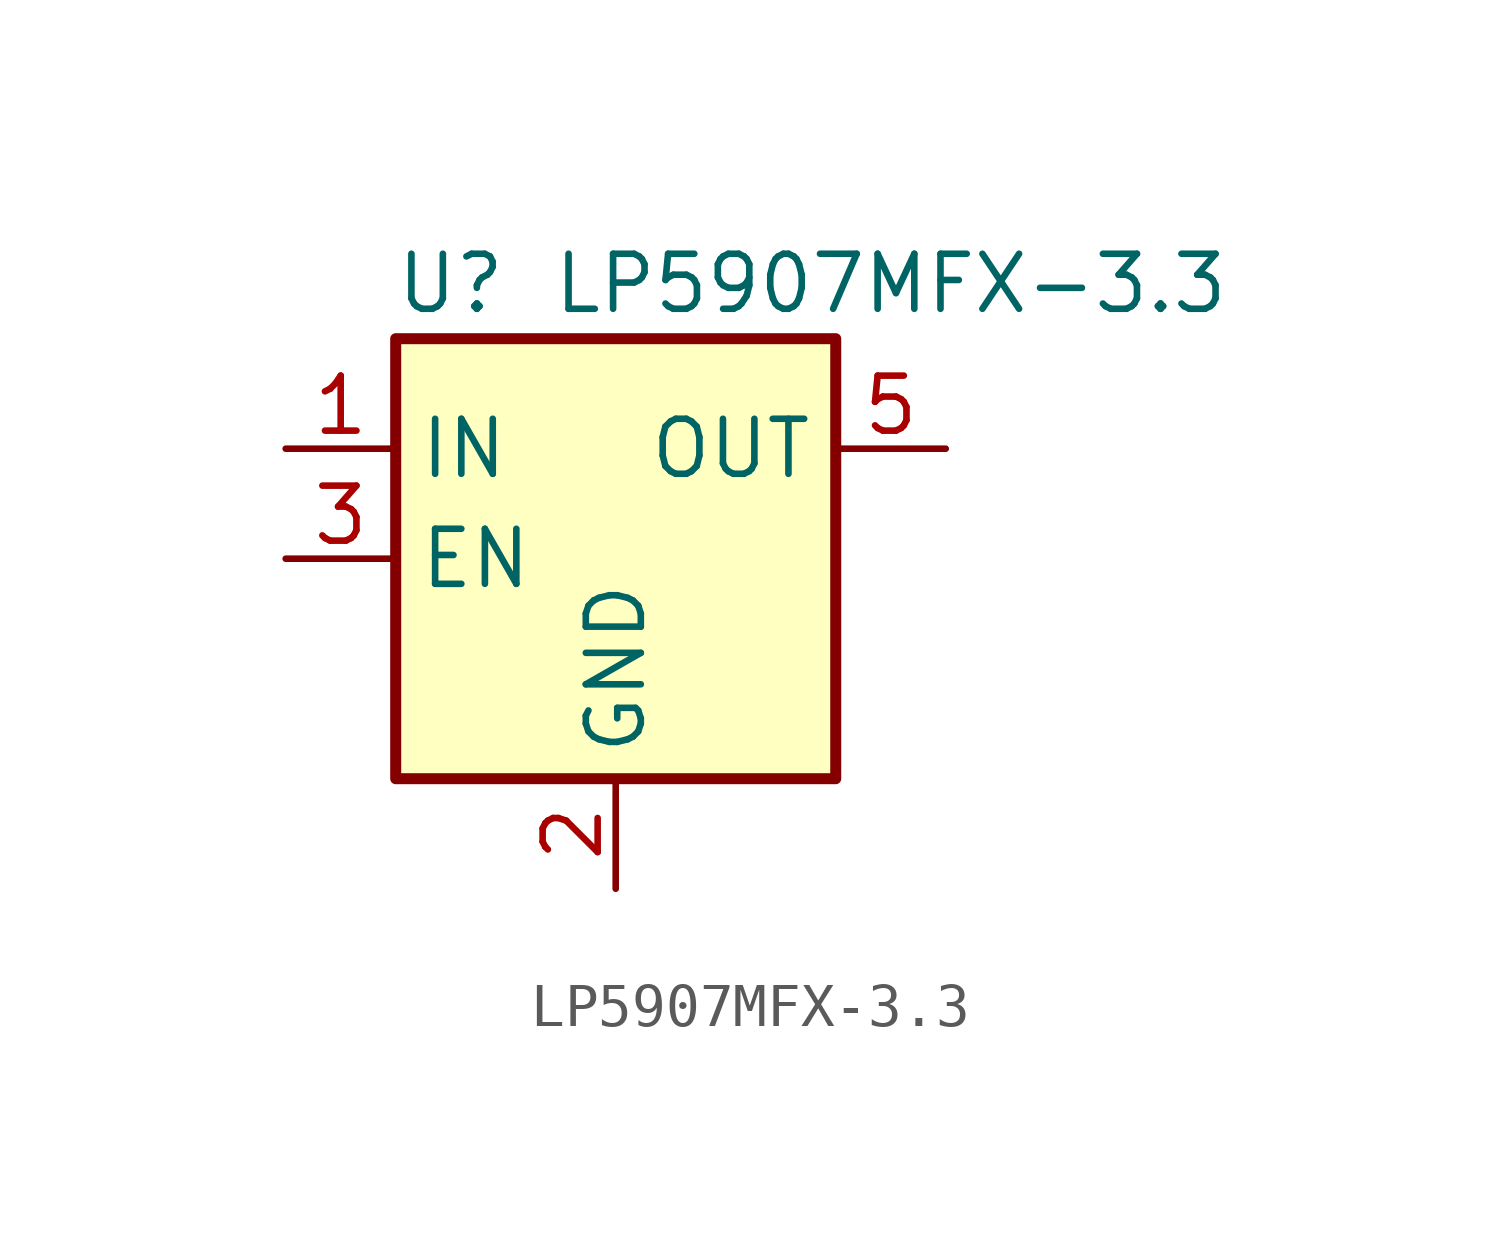
<source format=kicad_sym>
(kicad_symbol_lib
  (version 20231120)
  (generator "kicad_symbol_editor")
  (generator_version "8.0")
  (symbol "LP5907MFX-3.3"
    (property "Reference" "U"
      (at -3.81 6.35 0)
      (effects (font (size 1.27 1.27))))
    (property "Value" "LP5907MFX-3.3"
      (at 6.35 6.35 0)
      (effects (font (size 1.27 1.27))))
    (symbol "LP5907MFX-3.3_0_1"
      (rectangle (start -5.08 5.08) (end 5.08 -5.08) (stroke (width 0.254) (type default)) (fill (type background)))
      (pin power_in line (at -7.62 2.54 0) (length 2.54) (name "IN" (effects (font (size 1.27 1.27)))) (number "1" (effects (font (size 1.27 1.27)))))
      (pin power_in line (at 0 -7.62 90) (length 2.54) (name "GND" (effects (font (size 1.27 1.27)))) (number "2" (effects (font (size 1.27 1.27)))))
      (pin input line (at -7.62 0 0) (length 2.54) (name "EN" (effects (font (size 1.27 1.27)))) (number "3" (effects (font (size 1.27 1.27)))))
      (pin no_connect line (at 5.08 0 180) (length 2.54) hide (name "NC" (effects (font (size 1.27 1.27)))) (number "4" (effects (font (size 1.27 1.27)))))
      (pin power_out line (at 7.62 2.54 180) (length 2.54) (name "OUT" (effects (font (size 1.27 1.27)))) (number "5" (effects (font (size 1.27 1.27))))))))
</source>
